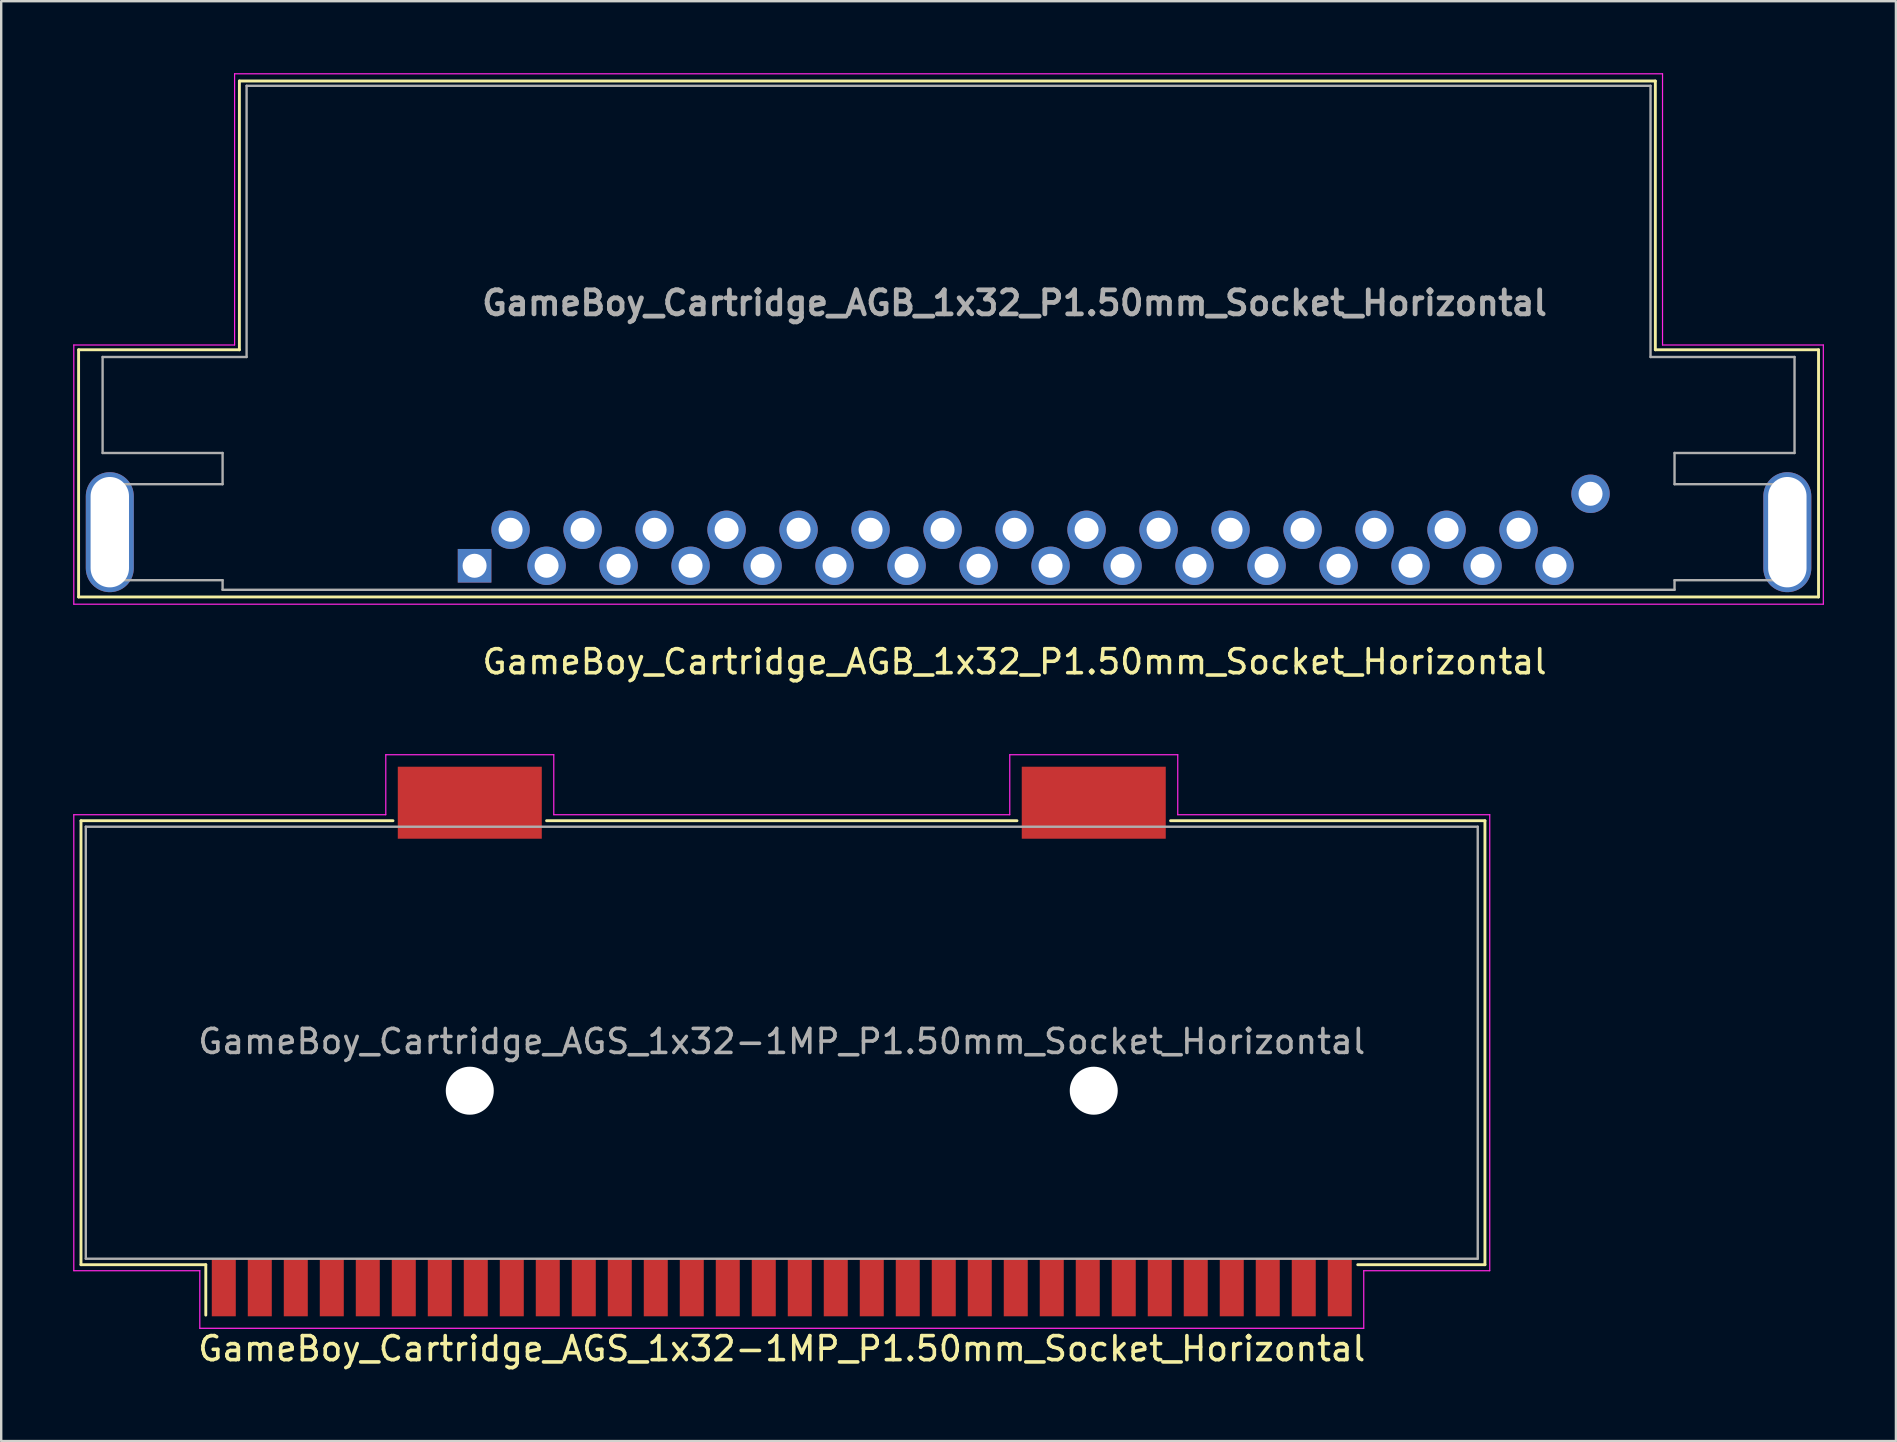
<source format=kicad_pcb>
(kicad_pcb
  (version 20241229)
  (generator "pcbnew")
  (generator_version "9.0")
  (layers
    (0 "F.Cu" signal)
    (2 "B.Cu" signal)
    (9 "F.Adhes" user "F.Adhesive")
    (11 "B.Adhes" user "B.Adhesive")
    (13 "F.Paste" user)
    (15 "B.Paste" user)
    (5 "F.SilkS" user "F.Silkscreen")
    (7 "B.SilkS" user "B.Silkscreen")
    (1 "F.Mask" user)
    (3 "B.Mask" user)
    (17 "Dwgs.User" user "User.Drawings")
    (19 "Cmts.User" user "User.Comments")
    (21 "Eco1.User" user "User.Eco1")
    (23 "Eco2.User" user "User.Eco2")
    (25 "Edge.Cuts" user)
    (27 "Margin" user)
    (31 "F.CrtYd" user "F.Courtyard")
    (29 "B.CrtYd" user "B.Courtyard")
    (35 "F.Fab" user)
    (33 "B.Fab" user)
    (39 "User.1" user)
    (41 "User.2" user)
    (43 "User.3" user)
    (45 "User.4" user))
  (footprint "GameBoy_Cartridge_AGS_1x32-1MP_P1.50mm_Socket_Horizontal"
    (layer "F.Cu")
    (at 29.525 40.348)
    (property "Reference" "GameBoy_Cartridge_AGS_1x32-1MP_P1.50mm_Socket_Horizontal" (at 0 12.8 180) (layer "F.SilkS") (effects (font (size 1 1) (thickness 0.15))))
    (attr smd)
    (fp_line (start -29.2 9.3) (end -29.2 -9.2) (stroke (width 0.12) (type solid)) (layer "F.SilkS"))
    (fp_line (start -29.2 9.3) (end -24 9.3) (stroke (width 0.12) (type solid)) (layer "F.SilkS"))
    (fp_line (start -24 9.3) (end -24 11.4) (stroke (width 0.12) (type solid)) (layer "F.SilkS"))
    (fp_line (start -16.2 -9.2) (end -29.2 -9.2) (stroke (width 0.12) (type solid)) (layer "F.SilkS"))
    (fp_line (start 9.8 -9.2) (end -9.8 -9.2) (stroke (width 0.12) (type solid)) (layer "F.SilkS"))
    (fp_line (start 29.3 -9.2) (end 16.2 -9.2) (stroke (width 0.12) (type solid)) (layer "F.SilkS"))
    (fp_line (start 29.3 9.3) (end 24 9.3) (stroke (width 0.12) (type solid)) (layer "F.SilkS"))
    (fp_line (start 29.3 9.3) (end 29.3 -9.2) (stroke (width 0.12) (type solid)) (layer "F.SilkS"))
    (fp_line (start -29.5 -9.45) (end -16.5 -9.45) (stroke (width 0.05) (type solid)) (layer "F.CrtYd"))
    (fp_line (start -29.5 9.55) (end -29.5 -9.45) (stroke (width 0.05) (type solid)) (layer "F.CrtYd"))
    (fp_line (start -29.5 9.55) (end -24.25 9.55) (stroke (width 0.05) (type solid)) (layer "F.CrtYd"))
    (fp_line (start -24.25 9.55) (end -24.25 11.95) (stroke (width 0.05) (type solid)) (layer "F.CrtYd"))
    (fp_line (start -24.25 11.95) (end 24.25 11.95) (stroke (width 0.05) (type solid)) (layer "F.CrtYd"))
    (fp_line (start -16.5 -9.45) (end -16.5 -11.95) (stroke (width 0.05) (type solid)) (layer "F.CrtYd"))
    (fp_line (start -9.5 -11.95) (end -16.5 -11.95) (stroke (width 0.05) (type solid)) (layer "F.CrtYd"))
    (fp_line (start -9.5 -9.45) (end -9.5 -11.95) (stroke (width 0.05) (type solid)) (layer "F.CrtYd"))
    (fp_line (start -9.5 -9.45) (end 9.5 -9.45) (stroke (width 0.05) (type solid)) (layer "F.CrtYd"))
    (fp_line (start 9.5 -11.95) (end 16.5 -11.95) (stroke (width 0.05) (type solid)) (layer "F.CrtYd"))
    (fp_line (start 9.5 -9.45) (end 9.5 -11.95) (stroke (width 0.05) (type solid)) (layer "F.CrtYd"))
    (fp_line (start 16.5 -9.45) (end 16.5 -11.95) (stroke (width 0.05) (type solid)) (layer "F.CrtYd"))
    (fp_line (start 24.25 9.55) (end 24.25 11.95) (stroke (width 0.05) (type solid)) (layer "F.CrtYd"))
    (fp_line (start 29.5 -9.45) (end 16.5 -9.45) (stroke (width 0.05) (type solid)) (layer "F.CrtYd"))
    (fp_line (start 29.5 9.55) (end 24.25 9.55) (stroke (width 0.05) (type solid)) (layer "F.CrtYd"))
    (fp_line (start 29.5 9.55) (end 29.5 -9.45) (stroke (width 0.05) (type solid)) (layer "F.CrtYd"))
    (fp_line (start -29 -8.95) (end -29 9.05) (stroke (width 0.1) (type solid)) (layer "F.Fab"))
    (fp_line (start 29 -8.95) (end -29 -8.95) (stroke (width 0.1) (type solid)) (layer "F.Fab"))
    (fp_line (start 29 -8.95) (end 29 9.05) (stroke (width 0.1) (type solid)) (layer "F.Fab"))
    (fp_line (start 29 9.05) (end -29 9.05) (stroke (width 0.1) (type solid)) (layer "F.Fab"))
    (fp_text user "${REFERENCE}" (at 0 0 0) (layer "F.Fab") (effects (font (size 1 1) (thickness 0.15))))
    (pad "" np_thru_hole circle (at -13 2.05) (size 2 2) (drill 2) (layers "*.Cu" "*.Mask"))
    (pad "" np_thru_hole circle (at 13 2.05) (size 2 2) (drill 2) (layers "*.Cu" "*.Mask"))
    (pad "1" smd rect (at -23.25 10.25) (size 1 2.4) (layers "F.Cu" "F.Mask" "F.Paste"))
    (pad "2" smd rect (at -21.75 10.25) (size 1 2.4) (layers "F.Cu" "F.Mask" "F.Paste"))
    (pad "3" smd rect (at -20.25 10.25) (size 1 2.4) (layers "F.Cu" "F.Mask" "F.Paste"))
    (pad "4" smd rect (at -18.75 10.25) (size 1 2.4) (layers "F.Cu" "F.Mask" "F.Paste"))
    (pad "5" smd rect (at -17.25 10.25) (size 1 2.4) (layers "F.Cu" "F.Mask" "F.Paste"))
    (pad "6" smd rect (at -15.75 10.25) (size 1 2.4) (layers "F.Cu" "F.Mask" "F.Paste"))
    (pad "7" smd rect (at -14.25 10.25) (size 1 2.4) (layers "F.Cu" "F.Mask" "F.Paste"))
    (pad "8" smd rect (at -12.75 10.25) (size 1 2.4) (layers "F.Cu" "F.Mask" "F.Paste"))
    (pad "9" smd rect (at -11.25 10.25) (size 1 2.4) (layers "F.Cu" "F.Mask" "F.Paste"))
    (pad "10" smd rect (at -9.75 10.25) (size 1 2.4) (layers "F.Cu" "F.Mask" "F.Paste"))
    (pad "11" smd rect (at -8.25 10.25) (size 1 2.4) (layers "F.Cu" "F.Mask" "F.Paste"))
    (pad "12" smd rect (at -6.75 10.25) (size 1 2.4) (layers "F.Cu" "F.Mask" "F.Paste"))
    (pad "13" smd rect (at -5.25 10.25) (size 1 2.4) (layers "F.Cu" "F.Mask" "F.Paste"))
    (pad "14" smd rect (at -3.75 10.25) (size 1 2.4) (layers "F.Cu" "F.Mask" "F.Paste"))
    (pad "15" smd rect (at -2.25 10.25) (size 1 2.4) (layers "F.Cu" "F.Mask" "F.Paste"))
    (pad "16" smd rect (at -0.75 10.25) (size 1 2.4) (layers "F.Cu" "F.Mask" "F.Paste"))
    (pad "17" smd rect (at 0.75 10.25) (size 1 2.4) (layers "F.Cu" "F.Mask" "F.Paste"))
    (pad "18" smd rect (at 2.25 10.25) (size 1 2.4) (layers "F.Cu" "F.Mask" "F.Paste"))
    (pad "19" smd rect (at 3.75 10.25) (size 1 2.4) (layers "F.Cu" "F.Mask" "F.Paste"))
    (pad "20" smd rect (at 5.25 10.25) (size 1 2.4) (layers "F.Cu" "F.Mask" "F.Paste"))
    (pad "21" smd rect (at 6.75 10.25) (size 1 2.4) (layers "F.Cu" "F.Mask" "F.Paste"))
    (pad "22" smd rect (at 8.25 10.25) (size 1 2.4) (layers "F.Cu" "F.Mask" "F.Paste"))
    (pad "23" smd rect (at 9.75 10.25) (size 1 2.4) (layers "F.Cu" "F.Mask" "F.Paste"))
    (pad "24" smd rect (at 11.25 10.25) (size 1 2.4) (layers "F.Cu" "F.Mask" "F.Paste"))
    (pad "25" smd rect (at 12.75 10.25) (size 1 2.4) (layers "F.Cu" "F.Mask" "F.Paste"))
    (pad "26" smd rect (at 14.25 10.25) (size 1 2.4) (layers "F.Cu" "F.Mask" "F.Paste"))
    (pad "27" smd rect (at 15.75 10.25) (size 1 2.4) (layers "F.Cu" "F.Mask" "F.Paste"))
    (pad "28" smd rect (at 17.25 10.25) (size 1 2.4) (layers "F.Cu" "F.Mask" "F.Paste"))
    (pad "29" smd rect (at 18.75 10.25) (size 1 2.4) (layers "F.Cu" "F.Mask" "F.Paste"))
    (pad "30" smd rect (at 20.25 10.25) (size 1 2.4) (layers "F.Cu" "F.Mask" "F.Paste"))
    (pad "31" smd rect (at 21.75 10.25) (size 1 2.4) (layers "F.Cu" "F.Mask" "F.Paste"))
    (pad "32" smd rect (at 23.25 10.25) (size 1 2.4) (layers "F.Cu" "F.Mask" "F.Paste"))
    (pad "MP" smd rect (at -13 -9.95) (size 6 3) (layers "F.Cu" "F.Mask" "F.Paste"))
    (pad "MP" smd rect (at 13 -9.95) (size 6 3) (layers "F.Cu" "F.Mask" "F.Paste")))
  (footprint "GameBoy_Cartridge_AGB_1x32_P1.50mm_Socket_Horizontal"
    (layer "F.Cu")
    (at 16.725 20.525)
    (property "Reference" "GameBoy_Cartridge_AGB_1x32_P1.50mm_Socket_Horizontal" (at 22.5 4 0) (layer "F.SilkS") (effects (font (size 1 1) (thickness 0.15))))
    (attr through_hole)
    (fp_line (start -16.5 -9) (end -16.5 1.3) (stroke (width 0.12) (type solid)) (layer "F.SilkS"))
    (fp_line (start -9.8 -20.2) (end -9.8 -9) (stroke (width 0.12) (type solid)) (layer "F.SilkS"))
    (fp_line (start -9.8 -9) (end -16.5 -9) (stroke (width 0.12) (type solid)) (layer "F.SilkS"))
    (fp_line (start 49.2 -20.2) (end -9.8 -20.2) (stroke (width 0.12) (type solid)) (layer "F.SilkS"))
    (fp_line (start 49.2 -9) (end 49.2 -20.2) (stroke (width 0.12) (type solid)) (layer "F.SilkS"))
    (fp_line (start 56 -9) (end 49.2 -9) (stroke (width 0.12) (type solid)) (layer "F.SilkS"))
    (fp_line (start 56 1.3) (end -16.5 1.3) (stroke (width 0.12) (type solid)) (layer "F.SilkS"))
    (fp_line (start 56 1.3) (end 56 -9) (stroke (width 0.12) (type solid)) (layer "F.SilkS"))
    (fp_line (start -16.7 -9.2) (end -10 -9.2) (stroke (width 0.05) (type solid)) (layer "F.CrtYd"))
    (fp_line (start -16.7 1.6) (end -16.7 -9.2) (stroke (width 0.05) (type solid)) (layer "F.CrtYd"))
    (fp_line (start -10 -20.5) (end 49.5 -20.5) (stroke (width 0.05) (type solid)) (layer "F.CrtYd"))
    (fp_line (start -10 -9.2) (end -10 -20.5) (stroke (width 0.05) (type solid)) (layer "F.CrtYd"))
    (fp_line (start 49.5 -20.5) (end 49.5 -9.2) (stroke (width 0.05) (type solid)) (layer "F.CrtYd"))
    (fp_line (start 49.5 -9.2) (end 56.2 -9.2) (stroke (width 0.05) (type solid)) (layer "F.CrtYd"))
    (fp_line (start 56.2 1.6) (end -16.7 1.6) (stroke (width 0.05) (type solid)) (layer "F.CrtYd"))
    (fp_line (start 56.2 1.6) (end 56.2 -9.2) (stroke (width 0.05) (type solid)) (layer "F.CrtYd"))
    (fp_line (start -15.5 -4.7) (end -15.5 -8.7) (stroke (width 0.1) (type solid)) (layer "F.Fab"))
    (fp_line (start -15.5 0.6) (end -15.5 -3.4) (stroke (width 0.1) (type solid)) (layer "F.Fab"))
    (fp_line (start -10.5 -4.7) (end -15.5 -4.7) (stroke (width 0.1) (type solid)) (layer "F.Fab"))
    (fp_line (start -10.5 -3.4) (end -15.5 -3.4) (stroke (width 0.1) (type solid)) (layer "F.Fab"))
    (fp_line (start -10.5 -3.4) (end -10.5 -4.7) (stroke (width 0.1) (type solid)) (layer "F.Fab"))
    (fp_line (start -10.5 0.6) (end -15.5 0.6) (stroke (width 0.1) (type solid)) (layer "F.Fab"))
    (fp_line (start -10.5 1) (end -10.5 0.6) (stroke (width 0.1) (type solid)) (layer "F.Fab"))
    (fp_line (start -10.5 1) (end 50 1) (stroke (width 0.1) (type solid)) (layer "F.Fab"))
    (fp_line (start -9.5 -20) (end 49 -20) (stroke (width 0.1) (type solid)) (layer "F.Fab"))
    (fp_line (start -9.5 -8.7) (end -15.5 -8.7) (stroke (width 0.1) (type solid)) (layer "F.Fab"))
    (fp_line (start -9.5 -8.7) (end -9.5 -20) (stroke (width 0.1) (type solid)) (layer "F.Fab"))
    (fp_line (start 49 -8.7) (end 49 -20) (stroke (width 0.1) (type solid)) (layer "F.Fab"))
    (fp_line (start 49 -8.7) (end 55 -8.7) (stroke (width 0.1) (type solid)) (layer "F.Fab"))
    (fp_line (start 50 -4.7) (end 55 -4.7) (stroke (width 0.1) (type solid)) (layer "F.Fab"))
    (fp_line (start 50 -3.4) (end 50 -4.7) (stroke (width 0.1) (type solid)) (layer "F.Fab"))
    (fp_line (start 50 -3.4) (end 55 -3.4) (stroke (width 0.1) (type solid)) (layer "F.Fab"))
    (fp_line (start 50 0.6) (end 55 0.6) (stroke (width 0.1) (type solid)) (layer "F.Fab"))
    (fp_line (start 50 1) (end 50 0.6) (stroke (width 0.1) (type solid)) (layer "F.Fab"))
    (fp_line (start 55 -4.7) (end 55 -8.7) (stroke (width 0.1) (type solid)) (layer "F.Fab"))
    (fp_line (start 55 0.6) (end 55 -3.4) (stroke (width 0.1) (type solid)) (layer "F.Fab"))
    (fp_text user "${REFERENCE}" (at 22.5 -10.95 0) (layer "F.Fab") (effects (font (size 1 1) (thickness 0.2))))
    (pad "" np_thru_hole oval (at -15.2 -1.4) (size 2 5) (drill oval 1.6 4.6) (layers "*.Cu" "*.Mask"))
    (pad "" np_thru_hole oval (at 54.7 -1.4) (size 2 5) (drill oval 1.6 4.6) (layers "*.Cu" "*.Mask"))
    (pad "1" thru_hole rect (at 0 0) (size 1.4 1.4) (drill 1) (layers "*.Cu" "*.Mask"))
    (pad "2" thru_hole circle (at 1.5 -1.5) (size 1.6 1.6) (drill 1) (layers "*.Cu" "*.Mask"))
    (pad "3" thru_hole circle (at 3 0) (size 1.6 1.6) (drill 1) (layers "*.Cu" "*.Mask"))
    (pad "4" thru_hole circle (at 4.5 -1.5) (size 1.6 1.6) (drill 1) (layers "*.Cu" "*.Mask"))
    (pad "5" thru_hole circle (at 6 0) (size 1.6 1.6) (drill 1) (layers "*.Cu" "*.Mask"))
    (pad "6" thru_hole circle (at 7.5 -1.5) (size 1.6 1.6) (drill 1) (layers "*.Cu" "*.Mask"))
    (pad "7" thru_hole circle (at 9 0) (size 1.6 1.6) (drill 1) (layers "*.Cu" "*.Mask"))
    (pad "8" thru_hole circle (at 10.5 -1.5) (size 1.6 1.6) (drill 1) (layers "*.Cu" "*.Mask"))
    (pad "9" thru_hole circle (at 12 0) (size 1.6 1.6) (drill 1) (layers "*.Cu" "*.Mask"))
    (pad "10" thru_hole circle (at 13.5 -1.5) (size 1.6 1.6) (drill 1) (layers "*.Cu" "*.Mask"))
    (pad "11" thru_hole circle (at 15 0) (size 1.6 1.6) (drill 1) (layers "*.Cu" "*.Mask"))
    (pad "12" thru_hole circle (at 16.5 -1.5) (size 1.6 1.6) (drill 1) (layers "*.Cu" "*.Mask"))
    (pad "13" thru_hole circle (at 18 0) (size 1.6 1.6) (drill 1) (layers "*.Cu" "*.Mask"))
    (pad "14" thru_hole circle (at 19.5 -1.5) (size 1.6 1.6) (drill 1) (layers "*.Cu" "*.Mask"))
    (pad "15" thru_hole circle (at 21 0) (size 1.6 1.6) (drill 1) (layers "*.Cu" "*.Mask"))
    (pad "16" thru_hole circle (at 22.5 -1.5) (size 1.6 1.6) (drill 1) (layers "*.Cu" "*.Mask"))
    (pad "17" thru_hole circle (at 24 0) (size 1.6 1.6) (drill 1) (layers "*.Cu" "*.Mask"))
    (pad "18" thru_hole circle (at 25.5 -1.5) (size 1.6 1.6) (drill 1) (layers "*.Cu" "*.Mask"))
    (pad "19" thru_hole circle (at 27 0) (size 1.6 1.6) (drill 1) (layers "*.Cu" "*.Mask"))
    (pad "20" thru_hole circle (at 28.5 -1.5) (size 1.6 1.6) (drill 1) (layers "*.Cu" "*.Mask"))
    (pad "21" thru_hole circle (at 30 0) (size 1.6 1.6) (drill 1) (layers "*.Cu" "*.Mask"))
    (pad "22" thru_hole circle (at 31.5 -1.5) (size 1.6 1.6) (drill 1) (layers "*.Cu" "*.Mask"))
    (pad "23" thru_hole circle (at 33 0) (size 1.6 1.6) (drill 1) (layers "*.Cu" "*.Mask"))
    (pad "24" thru_hole circle (at 34.5 -1.5) (size 1.6 1.6) (drill 1) (layers "*.Cu" "*.Mask"))
    (pad "25" thru_hole circle (at 36 0) (size 1.6 1.6) (drill 1) (layers "*.Cu" "*.Mask"))
    (pad "26" thru_hole circle (at 37.5 -1.5) (size 1.6 1.6) (drill 1) (layers "*.Cu" "*.Mask"))
    (pad "27" thru_hole circle (at 39 0) (size 1.6 1.6) (drill 1) (layers "*.Cu" "*.Mask"))
    (pad "28" thru_hole circle (at 40.5 -1.5) (size 1.6 1.6) (drill 1) (layers "*.Cu" "*.Mask"))
    (pad "29" thru_hole circle (at 42 0) (size 1.6 1.6) (drill 1) (layers "*.Cu" "*.Mask"))
    (pad "30" thru_hole circle (at 43.5 -1.5) (size 1.6 1.6) (drill 1) (layers "*.Cu" "*.Mask"))
    (pad "31" thru_hole circle (at 45 0) (size 1.6 1.6) (drill 1) (layers "*.Cu" "*.Mask"))
    (pad "32" thru_hole circle (at 46.5 -3) (size 1.6 1.6) (drill 1) (layers "*.Cu" "*.Mask")))
  (gr_rect
    (start -3 -3)
    (end 75.95 56.996)
    (stroke (width 0.1) (type default))
    (fill no)
    (layer "Edge.Cuts")))
</source>
